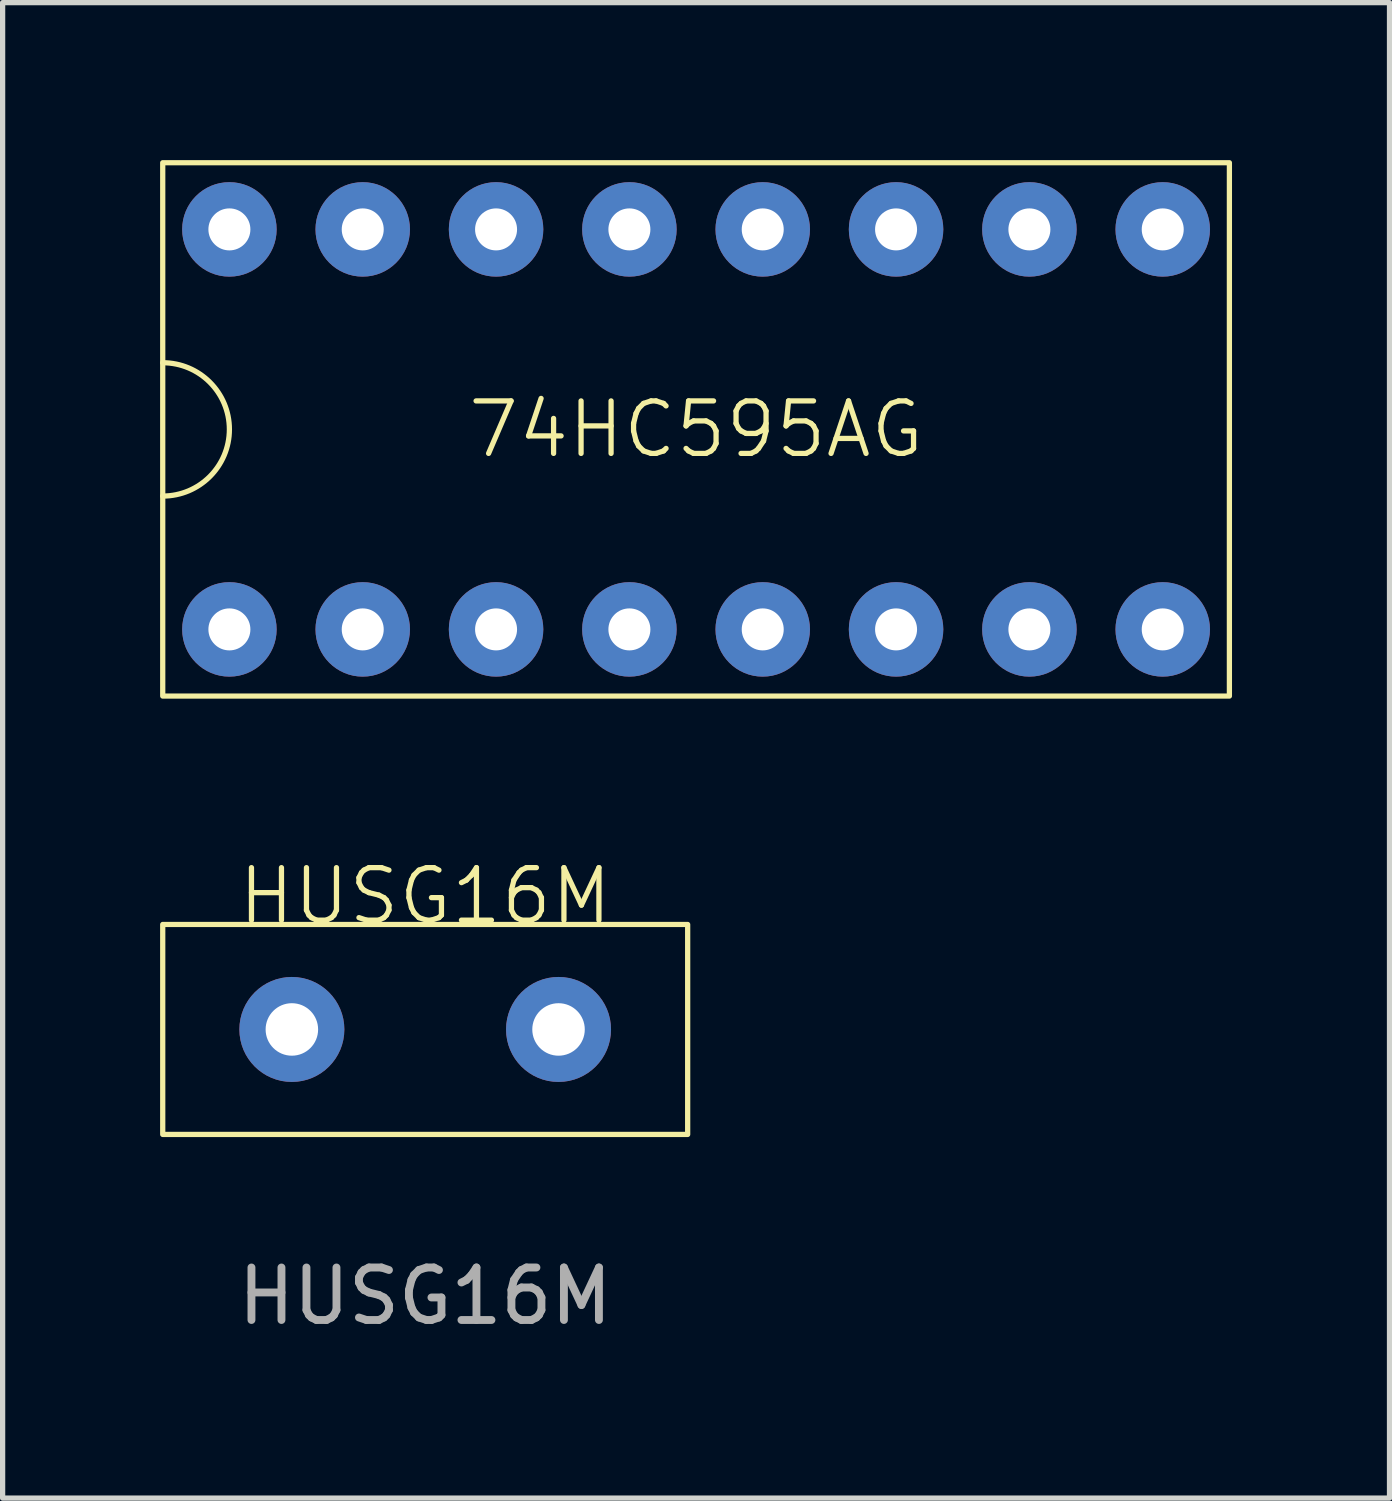
<source format=kicad_pcb>
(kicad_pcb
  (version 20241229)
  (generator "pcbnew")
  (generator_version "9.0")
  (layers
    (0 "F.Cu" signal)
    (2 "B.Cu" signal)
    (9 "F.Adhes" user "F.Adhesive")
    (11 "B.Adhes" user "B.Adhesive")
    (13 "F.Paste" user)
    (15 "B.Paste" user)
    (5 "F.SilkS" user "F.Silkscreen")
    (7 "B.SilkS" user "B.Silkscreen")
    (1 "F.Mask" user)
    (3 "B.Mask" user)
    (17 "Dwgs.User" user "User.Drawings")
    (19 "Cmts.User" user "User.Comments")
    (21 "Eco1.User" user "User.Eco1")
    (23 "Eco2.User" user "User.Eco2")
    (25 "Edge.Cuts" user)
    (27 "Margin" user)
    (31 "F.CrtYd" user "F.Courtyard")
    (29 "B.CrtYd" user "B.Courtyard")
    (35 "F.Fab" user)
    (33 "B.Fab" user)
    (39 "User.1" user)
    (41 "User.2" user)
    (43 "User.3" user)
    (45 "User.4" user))
  (footprint "74HC595AG"
    (layer "F.Cu")
    (at 10.21 5.13)
    (property "Reference" "74HC595AG" (at 0 0 0) (unlocked yes) (layer "F.SilkS") (effects (font (size 1 1) (thickness 0.1))))
    (attr through_hole)
    (fp_rect (start -10.16 -5.08) (end 10.16 5.08) (stroke (width 0.1) (type default)) (fill no) (layer "F.SilkS"))
    (fp_arc (start -10.16 -1.27) (mid -8.89 0) (end -10.16 1.27) (stroke (width 0.1) (type default)) (layer "F.SilkS"))
    (pad "1" thru_hole circle (at -8.89 3.81) (size 1.8 1.8) (drill 0.8) (layers "*.Cu" "*.Mask"))
    (pad "2" thru_hole circle (at -6.35 3.81) (size 1.8 1.8) (drill 0.8) (layers "*.Cu" "*.Mask"))
    (pad "3" thru_hole circle (at -3.81 3.81) (size 1.8 1.8) (drill 0.8) (layers "*.Cu" "*.Mask"))
    (pad "4" thru_hole circle (at -1.27 3.81) (size 1.8 1.8) (drill 0.8) (layers "*.Cu" "*.Mask"))
    (pad "5" thru_hole circle (at 1.27 3.81) (size 1.8 1.8) (drill 0.8) (layers "*.Cu" "*.Mask"))
    (pad "6" thru_hole circle (at 3.81 3.81) (size 1.8 1.8) (drill 0.8) (layers "*.Cu" "*.Mask"))
    (pad "7" thru_hole circle (at 6.35 3.81) (size 1.8 1.8) (drill 0.8) (layers "*.Cu" "*.Mask"))
    (pad "8" thru_hole circle (at 8.89 3.81) (size 1.8 1.8) (drill 0.8) (layers "*.Cu" "*.Mask"))
    (pad "9" thru_hole circle (at 8.89 -3.81) (size 1.8 1.8) (drill 0.8) (layers "*.Cu" "*.Mask"))
    (pad "10" thru_hole circle (at 6.35 -3.81) (size 1.8 1.8) (drill 0.8) (layers "*.Cu" "*.Mask"))
    (pad "11" thru_hole circle (at 3.81 -3.81) (size 1.8 1.8) (drill 0.8) (layers "*.Cu" "*.Mask"))
    (pad "12" thru_hole circle (at 1.27 -3.81) (size 1.8 1.8) (drill 0.8) (layers "*.Cu" "*.Mask"))
    (pad "13" thru_hole circle (at -1.27 -3.81) (size 1.8 1.8) (drill 0.8) (layers "*.Cu" "*.Mask"))
    (pad "14" thru_hole circle (at -3.81 -3.81) (size 1.8 1.8) (drill 0.8) (layers "*.Cu" "*.Mask"))
    (pad "15" thru_hole circle (at -6.35 -3.81) (size 1.8 1.8) (drill 0.8) (layers "*.Cu" "*.Mask"))
    (pad "16" thru_hole circle (at -8.89 -3.81) (size 1.8 1.8) (drill 0.8) (layers "*.Cu" "*.Mask")))
  (footprint "HUSG16M"
    (layer "F.Cu")
    (at 5.05 16.561)
    (property "Reference" "HUSG16M" (at 0 -2.54 0) (unlocked yes) (layer "F.SilkS") (effects (font (size 1 1) (thickness 0.1))))
    (attr through_hole)
    (fp_rect (start -5 -2) (end 5 2) (stroke (width 0.1) (type default)) (fill no) (layer "F.SilkS"))
    (fp_text user "${REFERENCE}" (at 0 5.08 0) (unlocked yes) (layer "F.Fab") (effects (font (size 1 1) (thickness 0.15))))
    (pad "1" thru_hole circle (at -2.54 0) (size 2 2) (drill 1) (layers "*.Cu" "*.Mask"))
    (pad "2" thru_hole circle (at 2.54 0) (size 2 2) (drill 1) (layers "*.Cu" "*.Mask")))
  (gr_rect
    (start -3 -3)
    (end 23.42 25.489)
    (stroke (width 0.1) (type default))
    (fill no)
    (layer "Edge.Cuts")))
</source>
